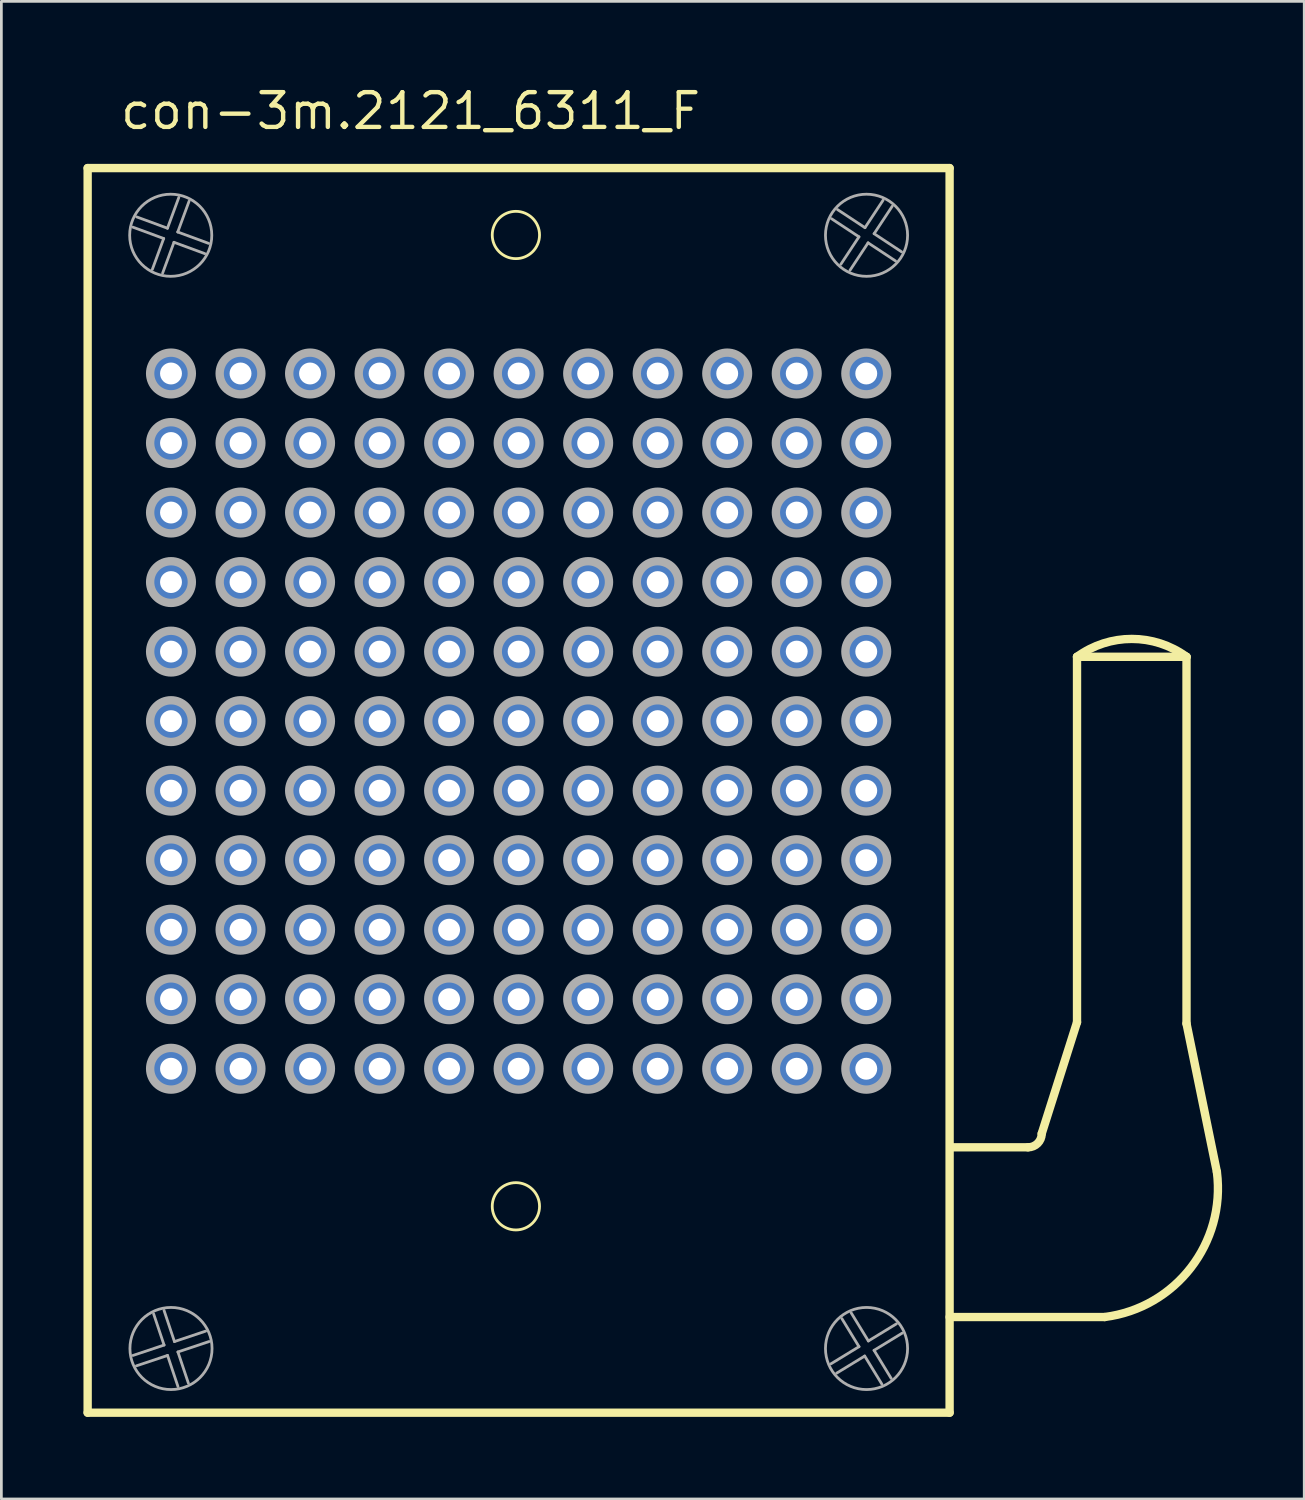
<source format=kicad_pcb>
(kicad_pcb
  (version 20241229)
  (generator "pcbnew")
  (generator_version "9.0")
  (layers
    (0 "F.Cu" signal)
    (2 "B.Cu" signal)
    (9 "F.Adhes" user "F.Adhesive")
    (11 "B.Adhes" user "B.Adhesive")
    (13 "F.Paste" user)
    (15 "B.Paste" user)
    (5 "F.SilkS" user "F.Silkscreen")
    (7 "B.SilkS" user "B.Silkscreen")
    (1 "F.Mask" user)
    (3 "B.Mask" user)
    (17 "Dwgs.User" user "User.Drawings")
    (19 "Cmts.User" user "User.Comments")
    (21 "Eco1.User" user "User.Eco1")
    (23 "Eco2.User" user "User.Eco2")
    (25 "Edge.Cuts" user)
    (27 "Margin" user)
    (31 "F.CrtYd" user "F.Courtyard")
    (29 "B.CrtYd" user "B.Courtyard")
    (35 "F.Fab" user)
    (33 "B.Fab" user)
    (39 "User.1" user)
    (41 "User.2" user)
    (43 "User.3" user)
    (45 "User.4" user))
  (footprint "con-3m.2121_6311_F"
    (layer "F.Cu")
    (at 15.897 23.295)
    (property "Reference" "con-3m.2121_6311_F" (at -14.635 -21.545 0) (layer "F.SilkS") (effects (font (size 1.27 1.27) (thickness 0.16)) (justify left bottom)))
    (attr through_hole)
    (fp_line (start -15.745 -20.205) (end 15.745 -20.205) (stroke (width 0.305) (type default)) (layer "F.SilkS"))
    (fp_line (start -15.745 25.265) (end -15.745 -20.205) (stroke (width 0.305) (type default)) (layer "F.SilkS"))
    (fp_line (start 15.745 -20.205) (end 15.745 25.265) (stroke (width 0.305) (type default)) (layer "F.SilkS"))
    (fp_line (start 15.745 25.265) (end -15.745 25.265) (stroke (width 0.305) (type default)) (layer "F.SilkS"))
    (fp_line (start 18.61 15.57) (end 15.846 15.57) (stroke (width 0.305) (type default)) (layer "F.SilkS"))
    (fp_line (start 19.11 15.07) (end 20.4 11) (stroke (width 0.305) (type default)) (layer "F.SilkS"))
    (fp_line (start 20.4 -2.35) (end 24.4 -2.35) (stroke (width 0.305) (type default)) (layer "F.SilkS"))
    (fp_line (start 20.4 11) (end 20.4 -2.35) (stroke (width 0.305) (type default)) (layer "F.SilkS"))
    (fp_line (start 21.41 21.77) (end 15.746 21.77) (stroke (width 0.305) (type default)) (layer "F.SilkS"))
    (fp_line (start 24.4 -2.35) (end 24.4 11.05) (stroke (width 0.305) (type default)) (layer "F.SilkS"))
    (fp_line (start 24.4 11.05) (end 25.51 16.47) (stroke (width 0.305) (type default)) (layer "F.SilkS"))
    (fp_arc (start 19.11 15.07) (mid 18.963553 15.423553) (end 18.61 15.57) (stroke (width 0.3048) (type default)) (layer "F.SilkS"))
    (fp_arc (start 20.4 -2.35) (mid 22.4 -3.003325) (end 24.4 -2.35) (stroke (width 0.3048) (type default)) (layer "F.SilkS"))
    (fp_arc (start 25.51 16.47) (mid 24.557666 19.969138) (end 21.41 21.77) (stroke (width 0.3048) (type default)) (layer "F.SilkS"))
    (fp_circle (center -0.1 -17.76) (end 0.764 -17.76) (stroke (width 0.102) (type default)) (fill no) (layer "F.SilkS"))
    (fp_circle (center -0.1 17.725) (end 0.764 17.725) (stroke (width 0.102) (type default)) (fill no) (layer "F.SilkS"))
    (fp_line (start -14.091 23.174) (end -12.953 22.794) (stroke (width 0.102) (type default)) (layer "F.Fab"))
    (fp_line (start -13.955 -18.421) (end -12.829 -18.007) (stroke (width 0.102) (type default)) (layer "F.Fab"))
    (fp_line (start -13.381 -16.505) (end -12.967 -17.631) (stroke (width 0.102) (type default)) (layer "F.Fab"))
    (fp_line (start -12.967 -17.631) (end -14.093 -18.046) (stroke (width 0.102) (type default)) (layer "F.Fab"))
    (fp_line (start -12.954 21.529) (end -12.574 22.667) (stroke (width 0.102) (type default)) (layer "F.Fab"))
    (fp_line (start -12.953 22.794) (end -13.334 21.656) (stroke (width 0.102) (type default)) (layer "F.Fab"))
    (fp_line (start -12.829 -18.007) (end -12.414 -19.133) (stroke (width 0.102) (type default)) (layer "F.Fab"))
    (fp_line (start -12.826 23.173) (end -13.964 23.554) (stroke (width 0.102) (type default)) (layer "F.Fab"))
    (fp_line (start -12.591 -17.493) (end -13.006 -16.367) (stroke (width 0.102) (type default)) (layer "F.Fab"))
    (fp_line (start -12.574 22.667) (end -11.436 22.286) (stroke (width 0.102) (type default)) (layer "F.Fab"))
    (fp_line (start -12.453 -17.869) (end -11.327 -17.454) (stroke (width 0.102) (type default)) (layer "F.Fab"))
    (fp_line (start -12.447 23.046) (end -12.066 24.184) (stroke (width 0.102) (type default)) (layer "F.Fab"))
    (fp_line (start -12.445 24.311) (end -12.826 23.173) (stroke (width 0.102) (type default)) (layer "F.Fab"))
    (fp_line (start -12.039 -18.995) (end -12.453 -17.869) (stroke (width 0.102) (type default)) (layer "F.Fab"))
    (fp_line (start -11.465 -17.079) (end -12.591 -17.493) (stroke (width 0.102) (type default)) (layer "F.Fab"))
    (fp_line (start -11.309 22.665) (end -12.447 23.046) (stroke (width 0.102) (type default)) (layer "F.Fab"))
    (fp_line (start 11.411 23.479) (end 12.435 22.853) (stroke (width 0.102) (type default)) (layer "F.Fab"))
    (fp_line (start 11.651 -18.688) (end 12.653 -18.027) (stroke (width 0.102) (type default)) (layer "F.Fab"))
    (fp_line (start 11.772 -16.691) (end 12.433 -17.693) (stroke (width 0.102) (type default)) (layer "F.Fab"))
    (fp_line (start 12.151 21.621) (end 12.777 22.645) (stroke (width 0.102) (type default)) (layer "F.Fab"))
    (fp_line (start 12.433 -17.693) (end 11.431 -18.354) (stroke (width 0.102) (type default)) (layer "F.Fab"))
    (fp_line (start 12.435 22.853) (end 11.81 21.829) (stroke (width 0.102) (type default)) (layer "F.Fab"))
    (fp_line (start 12.643 23.195) (end 11.619 23.82) (stroke (width 0.102) (type default)) (layer "F.Fab"))
    (fp_line (start 12.653 -18.027) (end 13.314 -19.029) (stroke (width 0.102) (type default)) (layer "F.Fab"))
    (fp_line (start 12.767 -17.473) (end 12.106 -16.471) (stroke (width 0.102) (type default)) (layer "F.Fab"))
    (fp_line (start 12.777 22.645) (end 13.801 22.02) (stroke (width 0.102) (type default)) (layer "F.Fab"))
    (fp_line (start 12.985 22.986) (end 13.61 24.011) (stroke (width 0.102) (type default)) (layer "F.Fab"))
    (fp_line (start 12.987 -17.807) (end 13.989 -17.146) (stroke (width 0.102) (type default)) (layer "F.Fab"))
    (fp_line (start 13.269 24.219) (end 12.643 23.195) (stroke (width 0.102) (type default)) (layer "F.Fab"))
    (fp_line (start 13.648 -18.809) (end 12.987 -17.807) (stroke (width 0.102) (type default)) (layer "F.Fab"))
    (fp_line (start 13.769 -16.812) (end 12.767 -17.473) (stroke (width 0.102) (type default)) (layer "F.Fab"))
    (fp_line (start 14.009 22.361) (end 12.985 22.986) (stroke (width 0.102) (type default)) (layer "F.Fab"))
    (fp_circle (center -12.71 -17.75) (end -11.21 -17.75) (stroke (width 0.102) (type default)) (fill no) (layer "F.Fab"))
    (fp_circle (center -12.7 -12.7) (end -11.938 -12.7) (stroke (width 0.305) (type default)) (fill no) (layer "F.Fab"))
    (fp_circle (center -12.7 -10.16) (end -11.938 -10.16) (stroke (width 0.305) (type default)) (fill no) (layer "F.Fab"))
    (fp_circle (center -12.7 -7.62) (end -11.938 -7.62) (stroke (width 0.305) (type default)) (fill no) (layer "F.Fab"))
    (fp_circle (center -12.7 -5.08) (end -11.938 -5.08) (stroke (width 0.305) (type default)) (fill no) (layer "F.Fab"))
    (fp_circle (center -12.7 -2.54) (end -11.938 -2.54) (stroke (width 0.305) (type default)) (fill no) (layer "F.Fab"))
    (fp_circle (center -12.7 0) (end -11.938 0) (stroke (width 0.305) (type default)) (fill no) (layer "F.Fab"))
    (fp_circle (center -12.7 2.54) (end -11.938 2.54) (stroke (width 0.305) (type default)) (fill no) (layer "F.Fab"))
    (fp_circle (center -12.7 5.08) (end -11.938 5.08) (stroke (width 0.305) (type default)) (fill no) (layer "F.Fab"))
    (fp_circle (center -12.7 7.62) (end -11.938 7.62) (stroke (width 0.305) (type default)) (fill no) (layer "F.Fab"))
    (fp_circle (center -12.7 10.16) (end -11.938 10.16) (stroke (width 0.305) (type default)) (fill no) (layer "F.Fab"))
    (fp_circle (center -12.7 12.7) (end -11.938 12.7) (stroke (width 0.305) (type default)) (fill no) (layer "F.Fab"))
    (fp_circle (center -12.7 22.92) (end -11.2 22.92) (stroke (width 0.102) (type default)) (fill no) (layer "F.Fab"))
    (fp_circle (center -10.16 -12.7) (end -9.398 -12.7) (stroke (width 0.305) (type default)) (fill no) (layer "F.Fab"))
    (fp_circle (center -10.16 -10.16) (end -9.398 -10.16) (stroke (width 0.305) (type default)) (fill no) (layer "F.Fab"))
    (fp_circle (center -10.16 -7.62) (end -9.398 -7.62) (stroke (width 0.305) (type default)) (fill no) (layer "F.Fab"))
    (fp_circle (center -10.16 -5.08) (end -9.398 -5.08) (stroke (width 0.305) (type default)) (fill no) (layer "F.Fab"))
    (fp_circle (center -10.16 -2.54) (end -9.398 -2.54) (stroke (width 0.305) (type default)) (fill no) (layer "F.Fab"))
    (fp_circle (center -10.16 0) (end -9.398 0) (stroke (width 0.305) (type default)) (fill no) (layer "F.Fab"))
    (fp_circle (center -10.16 2.54) (end -9.398 2.54) (stroke (width 0.305) (type default)) (fill no) (layer "F.Fab"))
    (fp_circle (center -10.16 5.08) (end -9.398 5.08) (stroke (width 0.305) (type default)) (fill no) (layer "F.Fab"))
    (fp_circle (center -10.16 7.62) (end -9.398 7.62) (stroke (width 0.305) (type default)) (fill no) (layer "F.Fab"))
    (fp_circle (center -10.16 10.16) (end -9.398 10.16) (stroke (width 0.305) (type default)) (fill no) (layer "F.Fab"))
    (fp_circle (center -10.16 12.7) (end -9.398 12.7) (stroke (width 0.305) (type default)) (fill no) (layer "F.Fab"))
    (fp_circle (center -7.62 -12.7) (end -6.858 -12.7) (stroke (width 0.305) (type default)) (fill no) (layer "F.Fab"))
    (fp_circle (center -7.62 -10.16) (end -6.858 -10.16) (stroke (width 0.305) (type default)) (fill no) (layer "F.Fab"))
    (fp_circle (center -7.62 -7.62) (end -6.858 -7.62) (stroke (width 0.305) (type default)) (fill no) (layer "F.Fab"))
    (fp_circle (center -7.62 -5.08) (end -6.858 -5.08) (stroke (width 0.305) (type default)) (fill no) (layer "F.Fab"))
    (fp_circle (center -7.62 -2.54) (end -6.858 -2.54) (stroke (width 0.305) (type default)) (fill no) (layer "F.Fab"))
    (fp_circle (center -7.62 0) (end -6.858 0) (stroke (width 0.305) (type default)) (fill no) (layer "F.Fab"))
    (fp_circle (center -7.62 2.54) (end -6.858 2.54) (stroke (width 0.305) (type default)) (fill no) (layer "F.Fab"))
    (fp_circle (center -7.62 5.08) (end -6.858 5.08) (stroke (width 0.305) (type default)) (fill no) (layer "F.Fab"))
    (fp_circle (center -7.62 7.62) (end -6.858 7.62) (stroke (width 0.305) (type default)) (fill no) (layer "F.Fab"))
    (fp_circle (center -7.62 10.16) (end -6.858 10.16) (stroke (width 0.305) (type default)) (fill no) (layer "F.Fab"))
    (fp_circle (center -7.62 12.7) (end -6.858 12.7) (stroke (width 0.305) (type default)) (fill no) (layer "F.Fab"))
    (fp_circle (center -5.08 -12.7) (end -4.318 -12.7) (stroke (width 0.305) (type default)) (fill no) (layer "F.Fab"))
    (fp_circle (center -5.08 -10.16) (end -4.318 -10.16) (stroke (width 0.305) (type default)) (fill no) (layer "F.Fab"))
    (fp_circle (center -5.08 -7.62) (end -4.318 -7.62) (stroke (width 0.305) (type default)) (fill no) (layer "F.Fab"))
    (fp_circle (center -5.08 -5.08) (end -4.318 -5.08) (stroke (width 0.305) (type default)) (fill no) (layer "F.Fab"))
    (fp_circle (center -5.08 -2.54) (end -4.318 -2.54) (stroke (width 0.305) (type default)) (fill no) (layer "F.Fab"))
    (fp_circle (center -5.08 0) (end -4.318 0) (stroke (width 0.305) (type default)) (fill no) (layer "F.Fab"))
    (fp_circle (center -5.08 2.54) (end -4.318 2.54) (stroke (width 0.305) (type default)) (fill no) (layer "F.Fab"))
    (fp_circle (center -5.08 5.08) (end -4.318 5.08) (stroke (width 0.305) (type default)) (fill no) (layer "F.Fab"))
    (fp_circle (center -5.08 7.62) (end -4.318 7.62) (stroke (width 0.305) (type default)) (fill no) (layer "F.Fab"))
    (fp_circle (center -5.08 10.16) (end -4.318 10.16) (stroke (width 0.305) (type default)) (fill no) (layer "F.Fab"))
    (fp_circle (center -5.08 12.7) (end -4.318 12.7) (stroke (width 0.305) (type default)) (fill no) (layer "F.Fab"))
    (fp_circle (center -2.54 -12.7) (end -1.778 -12.7) (stroke (width 0.305) (type default)) (fill no) (layer "F.Fab"))
    (fp_circle (center -2.54 -10.16) (end -1.778 -10.16) (stroke (width 0.305) (type default)) (fill no) (layer "F.Fab"))
    (fp_circle (center -2.54 -7.62) (end -1.778 -7.62) (stroke (width 0.305) (type default)) (fill no) (layer "F.Fab"))
    (fp_circle (center -2.54 -5.08) (end -1.778 -5.08) (stroke (width 0.305) (type default)) (fill no) (layer "F.Fab"))
    (fp_circle (center -2.54 -2.54) (end -1.778 -2.54) (stroke (width 0.305) (type default)) (fill no) (layer "F.Fab"))
    (fp_circle (center -2.54 0) (end -1.778 0) (stroke (width 0.305) (type default)) (fill no) (layer "F.Fab"))
    (fp_circle (center -2.54 2.54) (end -1.778 2.54) (stroke (width 0.305) (type default)) (fill no) (layer "F.Fab"))
    (fp_circle (center -2.54 5.08) (end -1.778 5.08) (stroke (width 0.305) (type default)) (fill no) (layer "F.Fab"))
    (fp_circle (center -2.54 7.62) (end -1.778 7.62) (stroke (width 0.305) (type default)) (fill no) (layer "F.Fab"))
    (fp_circle (center -2.54 10.16) (end -1.778 10.16) (stroke (width 0.305) (type default)) (fill no) (layer "F.Fab"))
    (fp_circle (center -2.54 12.7) (end -1.778 12.7) (stroke (width 0.305) (type default)) (fill no) (layer "F.Fab"))
    (fp_circle (center 0 -12.7) (end 0.762 -12.7) (stroke (width 0.305) (type default)) (fill no) (layer "F.Fab"))
    (fp_circle (center 0 -10.16) (end 0.762 -10.16) (stroke (width 0.305) (type default)) (fill no) (layer "F.Fab"))
    (fp_circle (center 0 -7.62) (end 0.762 -7.62) (stroke (width 0.305) (type default)) (fill no) (layer "F.Fab"))
    (fp_circle (center 0 -5.08) (end 0.762 -5.08) (stroke (width 0.305) (type default)) (fill no) (layer "F.Fab"))
    (fp_circle (center 0 -2.54) (end 0.762 -2.54) (stroke (width 0.305) (type default)) (fill no) (layer "F.Fab"))
    (fp_circle (center 0 0) (end 0.762 0) (stroke (width 0.305) (type default)) (fill no) (layer "F.Fab"))
    (fp_circle (center 0 2.54) (end 0.762 2.54) (stroke (width 0.305) (type default)) (fill no) (layer "F.Fab"))
    (fp_circle (center 0 5.08) (end 0.762 5.08) (stroke (width 0.305) (type default)) (fill no) (layer "F.Fab"))
    (fp_circle (center 0 7.62) (end 0.762 7.62) (stroke (width 0.305) (type default)) (fill no) (layer "F.Fab"))
    (fp_circle (center 0 10.16) (end 0.762 10.16) (stroke (width 0.305) (type default)) (fill no) (layer "F.Fab"))
    (fp_circle (center 0 12.7) (end 0.762 12.7) (stroke (width 0.305) (type default)) (fill no) (layer "F.Fab"))
    (fp_circle (center 2.54 -12.7) (end 3.302 -12.7) (stroke (width 0.305) (type default)) (fill no) (layer "F.Fab"))
    (fp_circle (center 2.54 -10.16) (end 3.302 -10.16) (stroke (width 0.305) (type default)) (fill no) (layer "F.Fab"))
    (fp_circle (center 2.54 -7.62) (end 3.302 -7.62) (stroke (width 0.305) (type default)) (fill no) (layer "F.Fab"))
    (fp_circle (center 2.54 -5.08) (end 3.302 -5.08) (stroke (width 0.305) (type default)) (fill no) (layer "F.Fab"))
    (fp_circle (center 2.54 -2.54) (end 3.302 -2.54) (stroke (width 0.305) (type default)) (fill no) (layer "F.Fab"))
    (fp_circle (center 2.54 0) (end 3.302 0) (stroke (width 0.305) (type default)) (fill no) (layer "F.Fab"))
    (fp_circle (center 2.54 2.54) (end 3.302 2.54) (stroke (width 0.305) (type default)) (fill no) (layer "F.Fab"))
    (fp_circle (center 2.54 5.08) (end 3.302 5.08) (stroke (width 0.305) (type default)) (fill no) (layer "F.Fab"))
    (fp_circle (center 2.54 7.62) (end 3.302 7.62) (stroke (width 0.305) (type default)) (fill no) (layer "F.Fab"))
    (fp_circle (center 2.54 10.16) (end 3.302 10.16) (stroke (width 0.305) (type default)) (fill no) (layer "F.Fab"))
    (fp_circle (center 2.54 12.7) (end 3.302 12.7) (stroke (width 0.305) (type default)) (fill no) (layer "F.Fab"))
    (fp_circle (center 5.08 -12.7) (end 5.842 -12.7) (stroke (width 0.305) (type default)) (fill no) (layer "F.Fab"))
    (fp_circle (center 5.08 -10.16) (end 5.842 -10.16) (stroke (width 0.305) (type default)) (fill no) (layer "F.Fab"))
    (fp_circle (center 5.08 -7.62) (end 5.842 -7.62) (stroke (width 0.305) (type default)) (fill no) (layer "F.Fab"))
    (fp_circle (center 5.08 -5.08) (end 5.842 -5.08) (stroke (width 0.305) (type default)) (fill no) (layer "F.Fab"))
    (fp_circle (center 5.08 -2.54) (end 5.842 -2.54) (stroke (width 0.305) (type default)) (fill no) (layer "F.Fab"))
    (fp_circle (center 5.08 0) (end 5.842 0) (stroke (width 0.305) (type default)) (fill no) (layer "F.Fab"))
    (fp_circle (center 5.08 2.54) (end 5.842 2.54) (stroke (width 0.305) (type default)) (fill no) (layer "F.Fab"))
    (fp_circle (center 5.08 5.08) (end 5.842 5.08) (stroke (width 0.305) (type default)) (fill no) (layer "F.Fab"))
    (fp_circle (center 5.08 7.62) (end 5.842 7.62) (stroke (width 0.305) (type default)) (fill no) (layer "F.Fab"))
    (fp_circle (center 5.08 10.16) (end 5.842 10.16) (stroke (width 0.305) (type default)) (fill no) (layer "F.Fab"))
    (fp_circle (center 5.08 12.7) (end 5.842 12.7) (stroke (width 0.305) (type default)) (fill no) (layer "F.Fab"))
    (fp_circle (center 7.62 -12.7) (end 8.382 -12.7) (stroke (width 0.305) (type default)) (fill no) (layer "F.Fab"))
    (fp_circle (center 7.62 -10.16) (end 8.382 -10.16) (stroke (width 0.305) (type default)) (fill no) (layer "F.Fab"))
    (fp_circle (center 7.62 -7.62) (end 8.382 -7.62) (stroke (width 0.305) (type default)) (fill no) (layer "F.Fab"))
    (fp_circle (center 7.62 -5.08) (end 8.382 -5.08) (stroke (width 0.305) (type default)) (fill no) (layer "F.Fab"))
    (fp_circle (center 7.62 -2.54) (end 8.382 -2.54) (stroke (width 0.305) (type default)) (fill no) (layer "F.Fab"))
    (fp_circle (center 7.62 0) (end 8.382 0) (stroke (width 0.305) (type default)) (fill no) (layer "F.Fab"))
    (fp_circle (center 7.62 2.54) (end 8.382 2.54) (stroke (width 0.305) (type default)) (fill no) (layer "F.Fab"))
    (fp_circle (center 7.62 5.08) (end 8.382 5.08) (stroke (width 0.305) (type default)) (fill no) (layer "F.Fab"))
    (fp_circle (center 7.62 7.62) (end 8.382 7.62) (stroke (width 0.305) (type default)) (fill no) (layer "F.Fab"))
    (fp_circle (center 7.62 10.16) (end 8.382 10.16) (stroke (width 0.305) (type default)) (fill no) (layer "F.Fab"))
    (fp_circle (center 7.62 12.7) (end 8.382 12.7) (stroke (width 0.305) (type default)) (fill no) (layer "F.Fab"))
    (fp_circle (center 10.16 -12.7) (end 10.922 -12.7) (stroke (width 0.305) (type default)) (fill no) (layer "F.Fab"))
    (fp_circle (center 10.16 -10.16) (end 10.922 -10.16) (stroke (width 0.305) (type default)) (fill no) (layer "F.Fab"))
    (fp_circle (center 10.16 -7.62) (end 10.922 -7.62) (stroke (width 0.305) (type default)) (fill no) (layer "F.Fab"))
    (fp_circle (center 10.16 -5.08) (end 10.922 -5.08) (stroke (width 0.305) (type default)) (fill no) (layer "F.Fab"))
    (fp_circle (center 10.16 -2.54) (end 10.922 -2.54) (stroke (width 0.305) (type default)) (fill no) (layer "F.Fab"))
    (fp_circle (center 10.16 0) (end 10.922 0) (stroke (width 0.305) (type default)) (fill no) (layer "F.Fab"))
    (fp_circle (center 10.16 2.54) (end 10.922 2.54) (stroke (width 0.305) (type default)) (fill no) (layer "F.Fab"))
    (fp_circle (center 10.16 5.08) (end 10.922 5.08) (stroke (width 0.305) (type default)) (fill no) (layer "F.Fab"))
    (fp_circle (center 10.16 7.62) (end 10.922 7.62) (stroke (width 0.305) (type default)) (fill no) (layer "F.Fab"))
    (fp_circle (center 10.16 10.16) (end 10.922 10.16) (stroke (width 0.305) (type default)) (fill no) (layer "F.Fab"))
    (fp_circle (center 10.16 12.7) (end 10.922 12.7) (stroke (width 0.305) (type default)) (fill no) (layer "F.Fab"))
    (fp_circle (center 12.7 -12.7) (end 13.462 -12.7) (stroke (width 0.305) (type default)) (fill no) (layer "F.Fab"))
    (fp_circle (center 12.7 -10.16) (end 13.462 -10.16) (stroke (width 0.305) (type default)) (fill no) (layer "F.Fab"))
    (fp_circle (center 12.7 -7.62) (end 13.462 -7.62) (stroke (width 0.305) (type default)) (fill no) (layer "F.Fab"))
    (fp_circle (center 12.7 -5.08) (end 13.462 -5.08) (stroke (width 0.305) (type default)) (fill no) (layer "F.Fab"))
    (fp_circle (center 12.7 -2.54) (end 13.462 -2.54) (stroke (width 0.305) (type default)) (fill no) (layer "F.Fab"))
    (fp_circle (center 12.7 0) (end 13.462 0) (stroke (width 0.305) (type default)) (fill no) (layer "F.Fab"))
    (fp_circle (center 12.7 2.54) (end 13.462 2.54) (stroke (width 0.305) (type default)) (fill no) (layer "F.Fab"))
    (fp_circle (center 12.7 5.08) (end 13.462 5.08) (stroke (width 0.305) (type default)) (fill no) (layer "F.Fab"))
    (fp_circle (center 12.7 7.62) (end 13.462 7.62) (stroke (width 0.305) (type default)) (fill no) (layer "F.Fab"))
    (fp_circle (center 12.7 10.16) (end 13.462 10.16) (stroke (width 0.305) (type default)) (fill no) (layer "F.Fab"))
    (fp_circle (center 12.7 12.7) (end 13.462 12.7) (stroke (width 0.305) (type default)) (fill no) (layer "F.Fab"))
    (fp_circle (center 12.71 -17.75) (end 14.21 -17.75) (stroke (width 0.102) (type default)) (fill no) (layer "F.Fab"))
    (fp_circle (center 12.71 22.92) (end 14.21 22.92) (stroke (width 0.102) (type default)) (fill no) (layer "F.Fab"))
    (pad "A1" thru_hole circle (at -12.7 -12.7) (size 1.4 1.4) (drill 0.8) (layers "*.Cu" "*.Mask"))
    (pad "A2" thru_hole circle (at -10.16 -12.7) (size 1.4 1.4) (drill 0.8) (layers "*.Cu" "*.Mask"))
    (pad "A3" thru_hole circle (at -7.62 -12.7) (size 1.4 1.4) (drill 0.8) (layers "*.Cu" "*.Mask"))
    (pad "A4" thru_hole circle (at -5.08 -12.7) (size 1.4 1.4) (drill 0.8) (layers "*.Cu" "*.Mask"))
    (pad "A5" thru_hole circle (at -2.54 -12.7) (size 1.4 1.4) (drill 0.8) (layers "*.Cu" "*.Mask"))
    (pad "A6" thru_hole circle (at 0 -12.7) (size 1.4 1.4) (drill 0.8) (layers "*.Cu" "*.Mask"))
    (pad "A7" thru_hole circle (at 2.54 -12.7) (size 1.4 1.4) (drill 0.8) (layers "*.Cu" "*.Mask"))
    (pad "A8" thru_hole circle (at 5.08 -12.7) (size 1.4 1.4) (drill 0.8) (layers "*.Cu" "*.Mask"))
    (pad "A9" thru_hole circle (at 7.62 -12.7) (size 1.4 1.4) (drill 0.8) (layers "*.Cu" "*.Mask"))
    (pad "A10" thru_hole circle (at 10.16 -12.7) (size 1.4 1.4) (drill 0.8) (layers "*.Cu" "*.Mask"))
    (pad "A11" thru_hole circle (at 12.7 -12.7) (size 1.4 1.4) (drill 0.8) (layers "*.Cu" "*.Mask"))
    (pad "B1" thru_hole circle (at -12.7 -10.16) (size 1.4 1.4) (drill 0.8) (layers "*.Cu" "*.Mask"))
    (pad "B2" thru_hole circle (at -10.16 -10.16) (size 1.4 1.4) (drill 0.8) (layers "*.Cu" "*.Mask"))
    (pad "B3" thru_hole circle (at -7.62 -10.16) (size 1.4 1.4) (drill 0.8) (layers "*.Cu" "*.Mask"))
    (pad "B4" thru_hole circle (at -5.08 -10.16) (size 1.4 1.4) (drill 0.8) (layers "*.Cu" "*.Mask"))
    (pad "B5" thru_hole circle (at -2.54 -10.16) (size 1.4 1.4) (drill 0.8) (layers "*.Cu" "*.Mask"))
    (pad "B6" thru_hole circle (at 0 -10.16) (size 1.4 1.4) (drill 0.8) (layers "*.Cu" "*.Mask"))
    (pad "B7" thru_hole circle (at 2.54 -10.16) (size 1.4 1.4) (drill 0.8) (layers "*.Cu" "*.Mask"))
    (pad "B8" thru_hole circle (at 5.08 -10.16) (size 1.4 1.4) (drill 0.8) (layers "*.Cu" "*.Mask"))
    (pad "B9" thru_hole circle (at 7.62 -10.16) (size 1.4 1.4) (drill 0.8) (layers "*.Cu" "*.Mask"))
    (pad "B10" thru_hole circle (at 10.16 -10.16) (size 1.4 1.4) (drill 0.8) (layers "*.Cu" "*.Mask"))
    (pad "B11" thru_hole circle (at 12.7 -10.16) (size 1.4 1.4) (drill 0.8) (layers "*.Cu" "*.Mask"))
    (pad "C1" thru_hole circle (at -12.7 -7.62) (size 1.4 1.4) (drill 0.8) (layers "*.Cu" "*.Mask"))
    (pad "C2" thru_hole circle (at -10.16 -7.62) (size 1.4 1.4) (drill 0.8) (layers "*.Cu" "*.Mask"))
    (pad "C3" thru_hole circle (at -7.62 -7.62) (size 1.4 1.4) (drill 0.8) (layers "*.Cu" "*.Mask"))
    (pad "C4" thru_hole circle (at -5.08 -7.62) (size 1.4 1.4) (drill 0.8) (layers "*.Cu" "*.Mask"))
    (pad "C5" thru_hole circle (at -2.54 -7.62) (size 1.4 1.4) (drill 0.8) (layers "*.Cu" "*.Mask"))
    (pad "C6" thru_hole circle (at 0 -7.62) (size 1.4 1.4) (drill 0.8) (layers "*.Cu" "*.Mask"))
    (pad "C7" thru_hole circle (at 2.54 -7.62) (size 1.4 1.4) (drill 0.8) (layers "*.Cu" "*.Mask"))
    (pad "C8" thru_hole circle (at 5.08 -7.62) (size 1.4 1.4) (drill 0.8) (layers "*.Cu" "*.Mask"))
    (pad "C9" thru_hole circle (at 7.62 -7.62) (size 1.4 1.4) (drill 0.8) (layers "*.Cu" "*.Mask"))
    (pad "C10" thru_hole circle (at 10.16 -7.62) (size 1.4 1.4) (drill 0.8) (layers "*.Cu" "*.Mask"))
    (pad "C11" thru_hole circle (at 12.7 -7.62) (size 1.4 1.4) (drill 0.8) (layers "*.Cu" "*.Mask"))
    (pad "D1" thru_hole circle (at -12.7 -5.08) (size 1.4 1.4) (drill 0.8) (layers "*.Cu" "*.Mask"))
    (pad "D2" thru_hole circle (at -10.16 -5.08) (size 1.4 1.4) (drill 0.8) (layers "*.Cu" "*.Mask"))
    (pad "D3" thru_hole circle (at -7.62 -5.08) (size 1.4 1.4) (drill 0.8) (layers "*.Cu" "*.Mask"))
    (pad "D4" thru_hole circle (at -5.08 -5.08) (size 1.4 1.4) (drill 0.8) (layers "*.Cu" "*.Mask"))
    (pad "D5" thru_hole circle (at -2.54 -5.08) (size 1.4 1.4) (drill 0.8) (layers "*.Cu" "*.Mask"))
    (pad "D6" thru_hole circle (at 0 -5.08) (size 1.4 1.4) (drill 0.8) (layers "*.Cu" "*.Mask"))
    (pad "D7" thru_hole circle (at 2.54 -5.08) (size 1.4 1.4) (drill 0.8) (layers "*.Cu" "*.Mask"))
    (pad "D8" thru_hole circle (at 5.08 -5.08) (size 1.4 1.4) (drill 0.8) (layers "*.Cu" "*.Mask"))
    (pad "D9" thru_hole circle (at 7.62 -5.08) (size 1.4 1.4) (drill 0.8) (layers "*.Cu" "*.Mask"))
    (pad "D10" thru_hole circle (at 10.16 -5.08) (size 1.4 1.4) (drill 0.8) (layers "*.Cu" "*.Mask"))
    (pad "D11" thru_hole circle (at 12.7 -5.08) (size 1.4 1.4) (drill 0.8) (layers "*.Cu" "*.Mask"))
    (pad "E1" thru_hole circle (at -12.7 -2.54) (size 1.4 1.4) (drill 0.8) (layers "*.Cu" "*.Mask"))
    (pad "E2" thru_hole circle (at -10.16 -2.54) (size 1.4 1.4) (drill 0.8) (layers "*.Cu" "*.Mask"))
    (pad "E3" thru_hole circle (at -7.62 -2.54) (size 1.4 1.4) (drill 0.8) (layers "*.Cu" "*.Mask"))
    (pad "E4" thru_hole circle (at -5.08 -2.54) (size 1.4 1.4) (drill 0.8) (layers "*.Cu" "*.Mask"))
    (pad "E5" thru_hole circle (at -2.54 -2.54) (size 1.4 1.4) (drill 0.8) (layers "*.Cu" "*.Mask"))
    (pad "E6" thru_hole circle (at 0 -2.54) (size 1.4 1.4) (drill 0.8) (layers "*.Cu" "*.Mask"))
    (pad "E7" thru_hole circle (at 2.54 -2.54) (size 1.4 1.4) (drill 0.8) (layers "*.Cu" "*.Mask"))
    (pad "E8" thru_hole circle (at 5.08 -2.54) (size 1.4 1.4) (drill 0.8) (layers "*.Cu" "*.Mask"))
    (pad "E9" thru_hole circle (at 7.62 -2.54) (size 1.4 1.4) (drill 0.8) (layers "*.Cu" "*.Mask"))
    (pad "E10" thru_hole circle (at 10.16 -2.54) (size 1.4 1.4) (drill 0.8) (layers "*.Cu" "*.Mask"))
    (pad "E11" thru_hole circle (at 12.7 -2.54) (size 1.4 1.4) (drill 0.8) (layers "*.Cu" "*.Mask"))
    (pad "F1" thru_hole circle (at -12.7 0) (size 1.4 1.4) (drill 0.8) (layers "*.Cu" "*.Mask"))
    (pad "F2" thru_hole circle (at -10.16 0) (size 1.4 1.4) (drill 0.8) (layers "*.Cu" "*.Mask"))
    (pad "F3" thru_hole circle (at -7.62 0) (size 1.4 1.4) (drill 0.8) (layers "*.Cu" "*.Mask"))
    (pad "F4" thru_hole circle (at -5.08 0) (size 1.4 1.4) (drill 0.8) (layers "*.Cu" "*.Mask"))
    (pad "F5" thru_hole circle (at -2.54 0) (size 1.4 1.4) (drill 0.8) (layers "*.Cu" "*.Mask"))
    (pad "F6" thru_hole circle (at 0 0) (size 1.4 1.4) (drill 0.8) (layers "*.Cu" "*.Mask"))
    (pad "F7" thru_hole circle (at 2.54 0) (size 1.4 1.4) (drill 0.8) (layers "*.Cu" "*.Mask"))
    (pad "F8" thru_hole circle (at 5.08 0) (size 1.4 1.4) (drill 0.8) (layers "*.Cu" "*.Mask"))
    (pad "F9" thru_hole circle (at 7.62 0) (size 1.4 1.4) (drill 0.8) (layers "*.Cu" "*.Mask"))
    (pad "F10" thru_hole circle (at 10.16 0) (size 1.4 1.4) (drill 0.8) (layers "*.Cu" "*.Mask"))
    (pad "F11" thru_hole circle (at 12.7 0) (size 1.4 1.4) (drill 0.8) (layers "*.Cu" "*.Mask"))
    (pad "G1" thru_hole circle (at -12.7 2.54) (size 1.4 1.4) (drill 0.8) (layers "*.Cu" "*.Mask"))
    (pad "G2" thru_hole circle (at -10.16 2.54) (size 1.4 1.4) (drill 0.8) (layers "*.Cu" "*.Mask"))
    (pad "G3" thru_hole circle (at -7.62 2.54) (size 1.4 1.4) (drill 0.8) (layers "*.Cu" "*.Mask"))
    (pad "G4" thru_hole circle (at -5.08 2.54) (size 1.4 1.4) (drill 0.8) (layers "*.Cu" "*.Mask"))
    (pad "G5" thru_hole circle (at -2.54 2.54) (size 1.4 1.4) (drill 0.8) (layers "*.Cu" "*.Mask"))
    (pad "G6" thru_hole circle (at 0 2.54) (size 1.4 1.4) (drill 0.8) (layers "*.Cu" "*.Mask"))
    (pad "G7" thru_hole circle (at 2.54 2.54) (size 1.4 1.4) (drill 0.8) (layers "*.Cu" "*.Mask"))
    (pad "G8" thru_hole circle (at 5.08 2.54) (size 1.4 1.4) (drill 0.8) (layers "*.Cu" "*.Mask"))
    (pad "G9" thru_hole circle (at 7.62 2.54) (size 1.4 1.4) (drill 0.8) (layers "*.Cu" "*.Mask"))
    (pad "G10" thru_hole circle (at 10.16 2.54) (size 1.4 1.4) (drill 0.8) (layers "*.Cu" "*.Mask"))
    (pad "G11" thru_hole circle (at 12.7 2.54) (size 1.4 1.4) (drill 0.8) (layers "*.Cu" "*.Mask"))
    (pad "H1" thru_hole circle (at -12.7 5.08) (size 1.4 1.4) (drill 0.8) (layers "*.Cu" "*.Mask"))
    (pad "H2" thru_hole circle (at -10.16 5.08) (size 1.4 1.4) (drill 0.8) (layers "*.Cu" "*.Mask"))
    (pad "H3" thru_hole circle (at -7.62 5.08) (size 1.4 1.4) (drill 0.8) (layers "*.Cu" "*.Mask"))
    (pad "H4" thru_hole circle (at -5.08 5.08) (size 1.4 1.4) (drill 0.8) (layers "*.Cu" "*.Mask"))
    (pad "H5" thru_hole circle (at -2.54 5.08) (size 1.4 1.4) (drill 0.8) (layers "*.Cu" "*.Mask"))
    (pad "H6" thru_hole circle (at 0 5.08) (size 1.4 1.4) (drill 0.8) (layers "*.Cu" "*.Mask"))
    (pad "H7" thru_hole circle (at 2.54 5.08) (size 1.4 1.4) (drill 0.8) (layers "*.Cu" "*.Mask"))
    (pad "H8" thru_hole circle (at 5.08 5.08) (size 1.4 1.4) (drill 0.8) (layers "*.Cu" "*.Mask"))
    (pad "H9" thru_hole circle (at 7.62 5.08) (size 1.4 1.4) (drill 0.8) (layers "*.Cu" "*.Mask"))
    (pad "H10" thru_hole circle (at 10.16 5.08) (size 1.4 1.4) (drill 0.8) (layers "*.Cu" "*.Mask"))
    (pad "H11" thru_hole circle (at 12.7 5.08) (size 1.4 1.4) (drill 0.8) (layers "*.Cu" "*.Mask"))
    (pad "J1" thru_hole circle (at -12.7 7.62) (size 1.4 1.4) (drill 0.8) (layers "*.Cu" "*.Mask"))
    (pad "J2" thru_hole circle (at -10.16 7.62) (size 1.4 1.4) (drill 0.8) (layers "*.Cu" "*.Mask"))
    (pad "J3" thru_hole circle (at -7.62 7.62) (size 1.4 1.4) (drill 0.8) (layers "*.Cu" "*.Mask"))
    (pad "J4" thru_hole circle (at -5.08 7.62) (size 1.4 1.4) (drill 0.8) (layers "*.Cu" "*.Mask"))
    (pad "J5" thru_hole circle (at -2.54 7.62) (size 1.4 1.4) (drill 0.8) (layers "*.Cu" "*.Mask"))
    (pad "J6" thru_hole circle (at 0 7.62) (size 1.4 1.4) (drill 0.8) (layers "*.Cu" "*.Mask"))
    (pad "J7" thru_hole circle (at 2.54 7.62) (size 1.4 1.4) (drill 0.8) (layers "*.Cu" "*.Mask"))
    (pad "J8" thru_hole circle (at 5.08 7.62) (size 1.4 1.4) (drill 0.8) (layers "*.Cu" "*.Mask"))
    (pad "J9" thru_hole circle (at 7.62 7.62) (size 1.4 1.4) (drill 0.8) (layers "*.Cu" "*.Mask"))
    (pad "J10" thru_hole circle (at 10.16 7.62) (size 1.4 1.4) (drill 0.8) (layers "*.Cu" "*.Mask"))
    (pad "J11" thru_hole circle (at 12.7 7.62) (size 1.4 1.4) (drill 0.8) (layers "*.Cu" "*.Mask"))
    (pad "K1" thru_hole circle (at -12.7 10.16) (size 1.4 1.4) (drill 0.8) (layers "*.Cu" "*.Mask"))
    (pad "K2" thru_hole circle (at -10.16 10.16) (size 1.4 1.4) (drill 0.8) (layers "*.Cu" "*.Mask"))
    (pad "K3" thru_hole circle (at -7.62 10.16) (size 1.4 1.4) (drill 0.8) (layers "*.Cu" "*.Mask"))
    (pad "K4" thru_hole circle (at -5.08 10.16) (size 1.4 1.4) (drill 0.8) (layers "*.Cu" "*.Mask"))
    (pad "K5" thru_hole circle (at -2.54 10.16) (size 1.4 1.4) (drill 0.8) (layers "*.Cu" "*.Mask"))
    (pad "K6" thru_hole circle (at 0 10.16) (size 1.4 1.4) (drill 0.8) (layers "*.Cu" "*.Mask"))
    (pad "K7" thru_hole circle (at 2.54 10.16) (size 1.4 1.4) (drill 0.8) (layers "*.Cu" "*.Mask"))
    (pad "K8" thru_hole circle (at 5.08 10.16) (size 1.4 1.4) (drill 0.8) (layers "*.Cu" "*.Mask"))
    (pad "K9" thru_hole circle (at 7.62 10.16) (size 1.4 1.4) (drill 0.8) (layers "*.Cu" "*.Mask"))
    (pad "K10" thru_hole circle (at 10.16 10.16) (size 1.4 1.4) (drill 0.8) (layers "*.Cu" "*.Mask"))
    (pad "K11" thru_hole circle (at 12.7 10.16) (size 1.4 1.4) (drill 0.8) (layers "*.Cu" "*.Mask"))
    (pad "L1" thru_hole circle (at -12.7 12.7) (size 1.4 1.4) (drill 0.8) (layers "*.Cu" "*.Mask"))
    (pad "L2" thru_hole circle (at -10.16 12.7) (size 1.4 1.4) (drill 0.8) (layers "*.Cu" "*.Mask"))
    (pad "L3" thru_hole circle (at -7.62 12.7) (size 1.4 1.4) (drill 0.8) (layers "*.Cu" "*.Mask"))
    (pad "L4" thru_hole circle (at -5.08 12.7) (size 1.4 1.4) (drill 0.8) (layers "*.Cu" "*.Mask"))
    (pad "L5" thru_hole circle (at -2.54 12.7) (size 1.4 1.4) (drill 0.8) (layers "*.Cu" "*.Mask"))
    (pad "L6" thru_hole circle (at 0 12.7) (size 1.4 1.4) (drill 0.8) (layers "*.Cu" "*.Mask"))
    (pad "L7" thru_hole circle (at 2.54 12.7) (size 1.4 1.4) (drill 0.8) (layers "*.Cu" "*.Mask"))
    (pad "L8" thru_hole circle (at 5.08 12.7) (size 1.4 1.4) (drill 0.8) (layers "*.Cu" "*.Mask"))
    (pad "L9" thru_hole circle (at 7.62 12.7) (size 1.4 1.4) (drill 0.8) (layers "*.Cu" "*.Mask"))
    (pad "L10" thru_hole circle (at 10.16 12.7) (size 1.4 1.4) (drill 0.8) (layers "*.Cu" "*.Mask"))
    (pad "L11" thru_hole circle (at 12.7 12.7) (size 1.4 1.4) (drill 0.8) (layers "*.Cu" "*.Mask")))
  (gr_rect
    (start -3 -3)
    (end 44.598 51.712)
    (stroke (width 0.1) (type default))
    (fill no)
    (layer "Edge.Cuts")))
</source>
